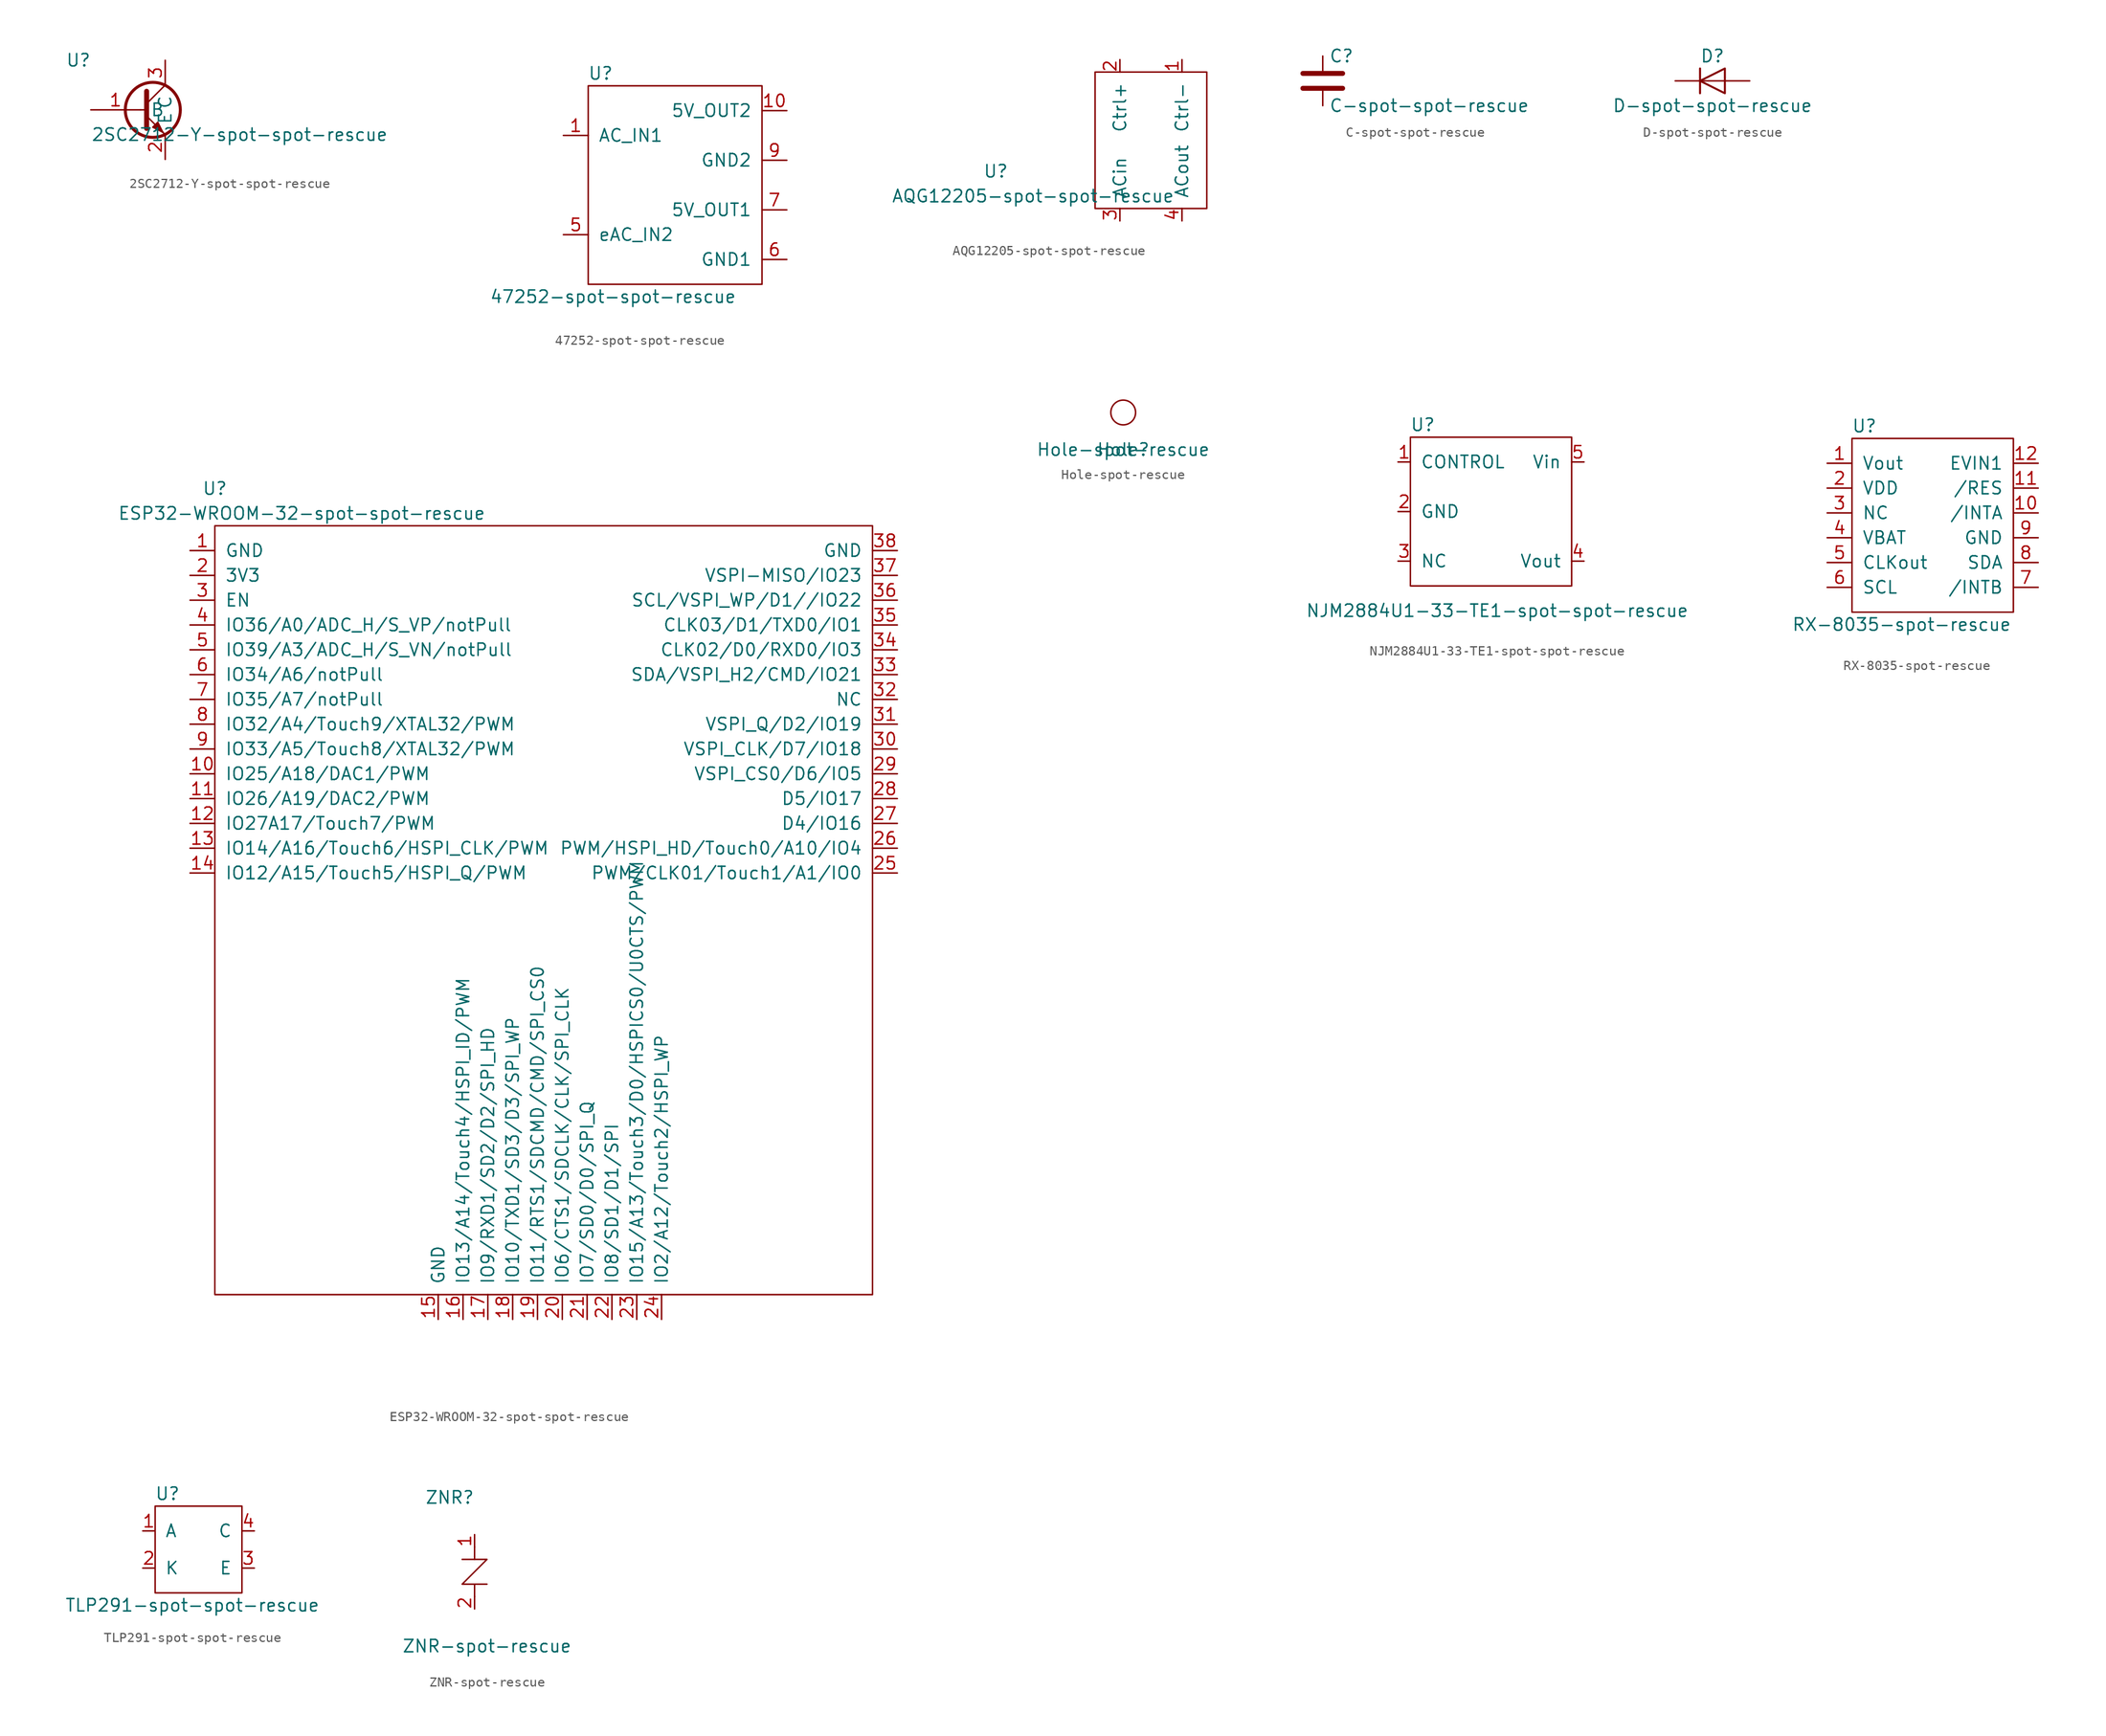
<source format=kicad_sym>
(kicad_symbol_lib
  (version 20211014)
  (generator kicad_symbol_editor)
  (symbol "2SC2712-Y-spot-spot-rescue"
    (pin_names
      (offset 1.016))
    (property "Reference" "U"
      (at -8.89 7.62 0)
      (effects (font (size 1.27 1.27))))
    (property "Value" "2SC2712-Y-spot-spot-rescue"
      (at 7.62 0 0)
      (effects (font (size 1.27 1.27))))
    (symbol "2SC2712-Y-spot-spot-rescue_1_1"
      (circle (center -1.27 2.54) (radius 2.819) (stroke (width 0.305) (type default) (color 0 0 0 0)) (fill (type none)))
      (polyline (pts (xy -2.54 2.54) (xy -1.905 2.54)) (stroke (width 0) (type default) (color 0 0 0 0)) (fill (type none)))
      (polyline (pts (xy 0 5.08) (xy -1.905 3.175)) (stroke (width 0) (type default) (color 0 0 0 0)) (fill (type none)))
      (polyline (pts (xy -1.905 4.445) (xy -1.905 0.635) (xy -1.905 0.635)) (stroke (width 0.508) (type default) (color 0 0 0 0)) (fill (type none)))
      (polyline (pts (xy -0.254 0.254) (xy -0.762 0.762) (xy -0.762 0.762)) (stroke (width 0) (type default) (color 0 0 0 0)) (fill (type none)))
      (polyline (pts (xy 0 0) (xy -1.905 1.905) (xy -1.27 1.27)) (stroke (width 0) (type default) (color 0 0 0 0)) (fill (type outline)))
      (polyline (pts (xy -1.27 0.762) (xy -0.762 1.27) (xy -0.254 0.254) (xy -1.27 0.762) (xy -1.27 0.762)) (stroke (width 0) (type default) (color 0 0 0 0)) (fill (type outline)))
      (pin input line (at -7.62 2.54 0) (length 5.08) (name "B" (effects (font (size 1.27 1.27)))) (number "1" (effects (font (size 1.27 1.27)))))
      (pin passive line (at 0 -2.54 90) (length 2.54) (name "E" (effects (font (size 1.27 1.27)))) (number "2" (effects (font (size 1.27 1.27)))))
      (pin passive line (at 0 7.62 270) (length 2.54) (name "C" (effects (font (size 1.27 1.27)))) (number "3" (effects (font (size 1.27 1.27)))))))
  (symbol "47252-spot-spot-rescue"
    (pin_names
      (offset 1.016))
    (property "Reference" "U"
      (at -7.62 11.43 0)
      (effects (font (size 1.27 1.27))))
    (property "Value" "47252-spot-spot-rescue"
      (at -6.35 -11.43 0)
      (effects (font (size 1.27 1.27))))
    (symbol "47252-spot-spot-rescue_0_1"
      (rectangle (start -8.89 10.16) (end 8.89 -10.16) (stroke (width 0) (type default) (color 0 0 0 0)) (fill (type none))))
    (symbol "47252-spot-spot-rescue_1_1"
      (pin input line (at -11.43 5.08 0) (length 2.54) (name "AC_IN1" (effects (font (size 1.27 1.27)))) (number "1" (effects (font (size 1.27 1.27)))))
      (pin output line (at 11.43 7.62 180) (length 2.54) (name "5V_OUT2" (effects (font (size 1.27 1.27)))) (number "10" (effects (font (size 1.27 1.27)))))
      (pin input line (at -11.43 -5.08 0) (length 2.54) (name "eAC_IN2" (effects (font (size 1.27 1.27)))) (number "5" (effects (font (size 1.27 1.27)))))
      (pin input line (at 11.43 -7.62 180) (length 2.54) (name "GND1" (effects (font (size 1.27 1.27)))) (number "6" (effects (font (size 1.27 1.27)))))
      (pin output line (at 11.43 -2.54 180) (length 2.54) (name "5V_OUT1" (effects (font (size 1.27 1.27)))) (number "7" (effects (font (size 1.27 1.27)))))
      (pin input line (at 11.43 2.54 180) (length 2.54) (name "GND2" (effects (font (size 1.27 1.27)))) (number "9" (effects (font (size 1.27 1.27)))))))
  (symbol "AQG12205-spot-spot-rescue"
    (pin_names
      (offset 1.016))
    (property "Reference" "U"
      (at -7.62 0 0)
      (effects (font (size 1.27 1.27))))
    (property "Value" "AQG12205-spot-spot-rescue"
      (at -3.81 -2.54 0)
      (effects (font (size 1.27 1.27))))
    (symbol "AQG12205-spot-spot-rescue_0_1"
      (rectangle (start 2.54 10.16) (end 13.97 -3.81) (stroke (width 0) (type default) (color 0 0 0 0)) (fill (type none))))
    (symbol "AQG12205-spot-spot-rescue_1_1"
      (pin input line (at 11.43 11.43 270) (length 1.27) (name "Ctrl-" (effects (font (size 1.27 1.27)))) (number "1" (effects (font (size 1.27 1.27)))))
      (pin input line (at 5.08 11.43 270) (length 1.27) (name "Ctrl+" (effects (font (size 1.27 1.27)))) (number "2" (effects (font (size 1.27 1.27)))))
      (pin input line (at 5.08 -5.08 90) (length 1.27) (name "ACin" (effects (font (size 1.27 1.27)))) (number "3" (effects (font (size 1.27 1.27)))))
      (pin input line (at 11.43 -5.08 90) (length 1.27) (name "ACout" (effects (font (size 1.27 1.27)))) (number "4" (effects (font (size 1.27 1.27)))))))
  (symbol "C-spot-spot-rescue"
    (pin_numbers hide)
    (pin_names
      (offset 0.254))
    (property "Reference" "C"
      (at 0.635 2.54 0)
      (effects (font (size 1.27 1.27)) (justify left)))
    (property "Value" "C-spot-spot-rescue"
      (at 0.635 -2.54 0)
      (effects (font (size 1.27 1.27)) (justify left)))
    (symbol "C-spot-spot-rescue_0_1"
      (polyline (pts (xy -2.032 -0.762) (xy 2.032 -0.762)) (stroke (width 0.508) (type default) (color 0 0 0 0)) (fill (type none)))
      (polyline (pts (xy -2.032 0.762) (xy 2.032 0.762)) (stroke (width 0.508) (type default) (color 0 0 0 0)) (fill (type none))))
    (symbol "C-spot-spot-rescue_1_1"
      (pin passive line (at 0 2.54 270) (length 1.499) (name "~" (effects (font (size 1.27 1.27)))) (number "1" (effects (font (size 1.27 1.27)))))
      (pin passive line (at 0 -2.54 90) (length 1.499) (name "~" (effects (font (size 1.27 1.27)))) (number "2" (effects (font (size 1.27 1.27)))))))
  (symbol "D-spot-spot-rescue"
    (pin_numbers hide)
    (pin_names
      (offset 1.016) hide)
    (property "Reference" "D"
      (at 0 2.54 0)
      (effects (font (size 1.27 1.27))))
    (property "Value" "D-spot-spot-rescue"
      (at 0 -2.54 0)
      (effects (font (size 1.27 1.27))))
    (symbol "D-spot-spot-rescue_0_1"
      (polyline (pts (xy -1.27 1.27) (xy -1.27 -1.27)) (stroke (width 0.203) (type default) (color 0 0 0 0)) (fill (type none)))
      (polyline (pts (xy 1.27 0) (xy -1.27 0)) (stroke (width 0) (type default) (color 0 0 0 0)) (fill (type none)))
      (polyline (pts (xy 1.27 1.27) (xy 1.27 -1.27) (xy -1.27 0) (xy 1.27 1.27)) (stroke (width 0.203) (type default) (color 0 0 0 0)) (fill (type none))))
    (symbol "D-spot-spot-rescue_1_1"
      (pin passive line (at 3.81 0 180) (length 2.54) (name "A" (effects (font (size 1.27 1.27)))) (number "A" (effects (font (size 1.27 1.27)))))
      (pin passive line (at -3.81 0 0) (length 2.54) (name "K" (effects (font (size 1.27 1.27)))) (number "K" (effects (font (size 1.27 1.27)))))))
  (symbol "ESP32-WROOM-32-spot-spot-rescue"
    (pin_names
      (offset 1.016))
    (property "Reference" "U"
      (at -19.05 33.02 0)
      (effects (font (size 1.27 1.27))))
    (property "Value" "ESP32-WROOM-32-spot-spot-rescue"
      (at -10.16 30.48 0)
      (effects (font (size 1.27 1.27))))
    (symbol "ESP32-WROOM-32-spot-spot-rescue_0_1"
      (rectangle (start -19.05 29.21) (end 48.26 -49.53) (stroke (width 0) (type default) (color 0 0 0 0)) (fill (type none))))
    (symbol "ESP32-WROOM-32-spot-spot-rescue_1_1"
      (pin input line (at -21.59 26.67 0) (length 2.54) (name "GND" (effects (font (size 1.27 1.27)))) (number "1" (effects (font (size 1.27 1.27)))))
      (pin input line (at -21.59 3.81 0) (length 2.54) (name "IO25/A18/DAC1/PWM" (effects (font (size 1.27 1.27)))) (number "10" (effects (font (size 1.27 1.27)))))
      (pin input line (at -21.59 1.27 0) (length 2.54) (name "IO26/A19/DAC2/PWM" (effects (font (size 1.27 1.27)))) (number "11" (effects (font (size 1.27 1.27)))))
      (pin input line (at -21.59 -1.27 0) (length 2.54) (name "IO27A17/Touch7/PWM" (effects (font (size 1.27 1.27)))) (number "12" (effects (font (size 1.27 1.27)))))
      (pin input line (at -21.59 -3.81 0) (length 2.54) (name "IO14/A16/Touch6/HSPI_CLK/PWM" (effects (font (size 1.27 1.27)))) (number "13" (effects (font (size 1.27 1.27)))))
      (pin input line (at -21.59 -6.35 0) (length 2.54) (name "IO12/A15/Touch5/HSPI_Q/PWM" (effects (font (size 1.27 1.27)))) (number "14" (effects (font (size 1.27 1.27)))))
      (pin input line (at 3.81 -52.07 90) (length 2.54) (name "GND" (effects (font (size 1.27 1.27)))) (number "15" (effects (font (size 1.27 1.27)))))
      (pin input line (at 6.35 -52.07 90) (length 2.54) (name "IO13/A14/Touch4/HSPI_ID/PWM" (effects (font (size 1.27 1.27)))) (number "16" (effects (font (size 1.27 1.27)))))
      (pin input line (at 8.89 -52.07 90) (length 2.54) (name "IO9/RXD1/SD2/D2/SPI_HD" (effects (font (size 1.27 1.27)))) (number "17" (effects (font (size 1.27 1.27)))))
      (pin input line (at 11.43 -52.07 90) (length 2.54) (name "IO10/TXD1/SD3/D3/SPI_WP" (effects (font (size 1.27 1.27)))) (number "18" (effects (font (size 1.27 1.27)))))
      (pin input line (at 13.97 -52.07 90) (length 2.54) (name "IO11/RTS1/SDCMD/CMD/SPI_CS0" (effects (font (size 1.27 1.27)))) (number "19" (effects (font (size 1.27 1.27)))))
      (pin input line (at -21.59 24.13 0) (length 2.54) (name "3V3" (effects (font (size 1.27 1.27)))) (number "2" (effects (font (size 1.27 1.27)))))
      (pin input line (at 16.51 -52.07 90) (length 2.54) (name "IO6/CTS1/SDCLK/CLK/SPI_CLK" (effects (font (size 1.27 1.27)))) (number "20" (effects (font (size 1.27 1.27)))))
      (pin input line (at 19.05 -52.07 90) (length 2.54) (name "IO7/SD0/D0/SPI_Q" (effects (font (size 1.27 1.27)))) (number "21" (effects (font (size 1.27 1.27)))))
      (pin input line (at 21.59 -52.07 90) (length 2.54) (name "IO8/SD1/D1/SPI" (effects (font (size 1.27 1.27)))) (number "22" (effects (font (size 1.27 1.27)))))
      (pin input line (at 24.13 -52.07 90) (length 2.54) (name "IO15/A13/Touch3/D0/HSPICS0/U0CTS/PWM" (effects (font (size 1.27 1.27)))) (number "23" (effects (font (size 1.27 1.27)))))
      (pin input line (at 26.67 -52.07 90) (length 2.54) (name "IO2/A12/Touch2/HSPI_WP" (effects (font (size 1.27 1.27)))) (number "24" (effects (font (size 1.27 1.27)))))
      (pin input line (at 50.8 -6.35 180) (length 2.54) (name "PWM/CLK01/Touch1/A1/IO0" (effects (font (size 1.27 1.27)))) (number "25" (effects (font (size 1.27 1.27)))))
      (pin input line (at 50.8 -3.81 180) (length 2.54) (name "PWM/HSPI_HD/Touch0/A10/IO4" (effects (font (size 1.27 1.27)))) (number "26" (effects (font (size 1.27 1.27)))))
      (pin input line (at 50.8 -1.27 180) (length 2.54) (name "D4/IO16" (effects (font (size 1.27 1.27)))) (number "27" (effects (font (size 1.27 1.27)))))
      (pin input line (at 50.8 1.27 180) (length 2.54) (name "D5/IO17" (effects (font (size 1.27 1.27)))) (number "28" (effects (font (size 1.27 1.27)))))
      (pin input line (at 50.8 3.81 180) (length 2.54) (name "VSPI_CS0/D6/IO5" (effects (font (size 1.27 1.27)))) (number "29" (effects (font (size 1.27 1.27)))))
      (pin input line (at -21.59 21.59 0) (length 2.54) (name "EN" (effects (font (size 1.27 1.27)))) (number "3" (effects (font (size 1.27 1.27)))))
      (pin input line (at 50.8 6.35 180) (length 2.54) (name "VSPI_CLK/D7/IO18" (effects (font (size 1.27 1.27)))) (number "30" (effects (font (size 1.27 1.27)))))
      (pin input line (at 50.8 8.89 180) (length 2.54) (name "VSPI_Q/D2/IO19" (effects (font (size 1.27 1.27)))) (number "31" (effects (font (size 1.27 1.27)))))
      (pin input line (at 50.8 11.43 180) (length 2.54) (name "NC" (effects (font (size 1.27 1.27)))) (number "32" (effects (font (size 1.27 1.27)))))
      (pin input line (at 50.8 13.97 180) (length 2.54) (name "SDA/VSPI_H2/CMD/IO21" (effects (font (size 1.27 1.27)))) (number "33" (effects (font (size 1.27 1.27)))))
      (pin input line (at 50.8 16.51 180) (length 2.54) (name "CLK02/D0/RXD0/IO3" (effects (font (size 1.27 1.27)))) (number "34" (effects (font (size 1.27 1.27)))))
      (pin input line (at 50.8 19.05 180) (length 2.54) (name "CLK03/D1/TXD0/IO1" (effects (font (size 1.27 1.27)))) (number "35" (effects (font (size 1.27 1.27)))))
      (pin input line (at 50.8 21.59 180) (length 2.54) (name "SCL/VSPI_WP/D1//IO22" (effects (font (size 1.27 1.27)))) (number "36" (effects (font (size 1.27 1.27)))))
      (pin input line (at 50.8 24.13 180) (length 2.54) (name "VSPI-MISO/IO23" (effects (font (size 1.27 1.27)))) (number "37" (effects (font (size 1.27 1.27)))))
      (pin input line (at 50.8 26.67 180) (length 2.54) (name "GND" (effects (font (size 1.27 1.27)))) (number "38" (effects (font (size 1.27 1.27)))))
      (pin input line (at -21.59 19.05 0) (length 2.54) (name "IO36/A0/ADC_H/S_VP/notPull" (effects (font (size 1.27 1.27)))) (number "4" (effects (font (size 1.27 1.27)))))
      (pin input line (at -21.59 16.51 0) (length 2.54) (name "IO39/A3/ADC_H/S_VN/notPull" (effects (font (size 1.27 1.27)))) (number "5" (effects (font (size 1.27 1.27)))))
      (pin input line (at -21.59 13.97 0) (length 2.54) (name "IO34/A6/notPull" (effects (font (size 1.27 1.27)))) (number "6" (effects (font (size 1.27 1.27)))))
      (pin input line (at -21.59 11.43 0) (length 2.54) (name "IO35/A7/notPull" (effects (font (size 1.27 1.27)))) (number "7" (effects (font (size 1.27 1.27)))))
      (pin input line (at -21.59 8.89 0) (length 2.54) (name "IO32/A4/Touch9/XTAL32/PWM" (effects (font (size 1.27 1.27)))) (number "8" (effects (font (size 1.27 1.27)))))
      (pin input line (at -21.59 6.35 0) (length 2.54) (name "IO33/A5/Touch8/XTAL32/PWM" (effects (font (size 1.27 1.27)))) (number "9" (effects (font (size 1.27 1.27)))))))
  (symbol "Hole-spot-rescue"
    (pin_names
      (offset 1.016))
    (property "Reference" "Hole"
      (at 0 -3.81 0)
      (effects (font (size 1.27 1.27))))
    (property "Value" "Hole-spot-rescue"
      (at 0 -3.81 0)
      (effects (font (size 1.27 1.27))))
    (symbol "Hole-spot-rescue_0_1"
      (circle (center 0 0) (radius 1.27) (stroke (width 0) (type default) (color 0 0 0 0)) (fill (type none)))))
  (symbol "NJM2884U1-33-TE1-spot-spot-rescue"
    (pin_names
      (offset 1.016))
    (property "Reference" "U"
      (at -7.62 8.89 0)
      (effects (font (size 1.27 1.27))))
    (property "Value" "NJM2884U1-33-TE1-spot-spot-rescue"
      (at 0 -10.16 0)
      (effects (font (size 1.27 1.27))))
    (symbol "NJM2884U1-33-TE1-spot-spot-rescue_0_1"
      (rectangle (start -8.89 7.62) (end 7.62 -7.62) (stroke (width 0) (type default) (color 0 0 0 0)) (fill (type none))))
    (symbol "NJM2884U1-33-TE1-spot-spot-rescue_1_1"
      (pin input line (at -10.16 5.08 0) (length 1.27) (name "CONTROL" (effects (font (size 1.27 1.27)))) (number "1" (effects (font (size 1.27 1.27)))))
      (pin input line (at -10.16 0 0) (length 1.27) (name "GND" (effects (font (size 1.27 1.27)))) (number "2" (effects (font (size 1.27 1.27)))))
      (pin input line (at -10.16 -5.08 0) (length 1.27) (name "NC" (effects (font (size 1.27 1.27)))) (number "3" (effects (font (size 1.27 1.27)))))
      (pin input line (at 8.89 -5.08 180) (length 1.27) (name "Vout" (effects (font (size 1.27 1.27)))) (number "4" (effects (font (size 1.27 1.27)))))
      (pin input line (at 8.89 5.08 180) (length 1.27) (name "Vin" (effects (font (size 1.27 1.27)))) (number "5" (effects (font (size 1.27 1.27)))))))
  (symbol "RX-8035-spot-rescue"
    (pin_names
      (offset 1.016))
    (property "Reference" "U"
      (at -5.08 16.51 0)
      (effects (font (size 1.27 1.27))))
    (property "Value" "RX-8035-spot-rescue"
      (at -1.27 -3.81 0)
      (effects (font (size 1.27 1.27))))
    (symbol "RX-8035-spot-rescue_0_1"
      (rectangle (start -6.35 15.24) (end 10.16 -2.54) (stroke (width 0) (type default) (color 0 0 0 0)) (fill (type none))))
    (symbol "RX-8035-spot-rescue_1_1"
      (pin input line (at -8.89 12.7 0) (length 2.54) (name "Vout" (effects (font (size 1.27 1.27)))) (number "1" (effects (font (size 1.27 1.27)))))
      (pin input line (at 12.7 7.62 180) (length 2.54) (name "/INTA" (effects (font (size 1.27 1.27)))) (number "10" (effects (font (size 1.27 1.27)))))
      (pin input line (at 12.7 10.16 180) (length 2.54) (name "/RES" (effects (font (size 1.27 1.27)))) (number "11" (effects (font (size 1.27 1.27)))))
      (pin input line (at 12.7 12.7 180) (length 2.54) (name "EVIN1" (effects (font (size 1.27 1.27)))) (number "12" (effects (font (size 1.27 1.27)))))
      (pin input line (at -8.89 10.16 0) (length 2.54) (name "VDD" (effects (font (size 1.27 1.27)))) (number "2" (effects (font (size 1.27 1.27)))))
      (pin input line (at -8.89 7.62 0) (length 2.54) (name "NC" (effects (font (size 1.27 1.27)))) (number "3" (effects (font (size 1.27 1.27)))))
      (pin input line (at -8.89 5.08 0) (length 2.54) (name "VBAT" (effects (font (size 1.27 1.27)))) (number "4" (effects (font (size 1.27 1.27)))))
      (pin input line (at -8.89 2.54 0) (length 2.54) (name "CLKout" (effects (font (size 1.27 1.27)))) (number "5" (effects (font (size 1.27 1.27)))))
      (pin input line (at -8.89 0 0) (length 2.54) (name "SCL" (effects (font (size 1.27 1.27)))) (number "6" (effects (font (size 1.27 1.27)))))
      (pin input line (at 12.7 0 180) (length 2.54) (name "/INTB" (effects (font (size 1.27 1.27)))) (number "7" (effects (font (size 1.27 1.27)))))
      (pin input line (at 12.7 2.54 180) (length 2.54) (name "SDA" (effects (font (size 1.27 1.27)))) (number "8" (effects (font (size 1.27 1.27)))))
      (pin input line (at 12.7 5.08 180) (length 2.54) (name "GND" (effects (font (size 1.27 1.27)))) (number "9" (effects (font (size 1.27 1.27)))))))
  (symbol "TLP291-spot-spot-rescue"
    (pin_names
      (offset 1.016))
    (property "Reference" "U"
      (at -2.54 5.08 0)
      (effects (font (size 1.27 1.27))))
    (property "Value" "TLP291-spot-spot-rescue"
      (at 0 -6.35 0)
      (effects (font (size 1.27 1.27))))
    (symbol "TLP291-spot-spot-rescue_0_1"
      (rectangle (start -3.81 3.81) (end 5.08 -5.08) (stroke (width 0) (type default) (color 0 0 0 0)) (fill (type none))))
    (symbol "TLP291-spot-spot-rescue_1_1"
      (pin input line (at -5.08 1.27 0) (length 1.245) (name "A" (effects (font (size 1.27 1.27)))) (number "1" (effects (font (size 1.27 1.27)))))
      (pin input line (at -5.08 -2.54 0) (length 1.245) (name "K" (effects (font (size 1.27 1.27)))) (number "2" (effects (font (size 1.27 1.27)))))
      (pin input line (at 6.35 -2.54 180) (length 1.245) (name "E" (effects (font (size 1.27 1.27)))) (number "3" (effects (font (size 1.27 1.27)))))
      (pin input line (at 6.35 1.27 180) (length 1.245) (name "C" (effects (font (size 1.27 1.27)))) (number "4" (effects (font (size 1.27 1.27)))))))
  (symbol "ZNR-spot-rescue"
    (pin_names
      (offset 1.016))
    (property "Reference" "ZNR"
      (at -2.54 7.62 0)
      (effects (font (size 1.27 1.27))))
    (property "Value" "ZNR-spot-rescue"
      (at 1.27 -7.62 0)
      (effects (font (size 1.27 1.27))))
    (symbol "ZNR-spot-rescue_0_1"
      (polyline (pts (xy 0 -1.27) (xy 0 -2.54)) (stroke (width 0) (type default) (color 0 0 0 0)) (fill (type none)))
      (polyline (pts (xy 0 1.27) (xy 0 2.54)) (stroke (width 0) (type default) (color 0 0 0 0)) (fill (type none)))
      (polyline (pts (xy -1.27 1.27) (xy 1.27 1.27) (xy -1.27 -1.27) (xy 1.27 -1.27)) (stroke (width 0) (type default) (color 0 0 0 0)) (fill (type none))))
    (symbol "ZNR-spot-rescue_1_1"
      (pin input line (at 0 3.81 270) (length 1.27) (name "~" (effects (font (size 1.27 1.27)))) (number "1" (effects (font (size 1.27 1.27)))))
      (pin input line (at 0 -3.81 90) (length 1.27) (name "~" (effects (font (size 1.27 1.27)))) (number "2" (effects (font (size 1.27 1.27))))))))
</source>
